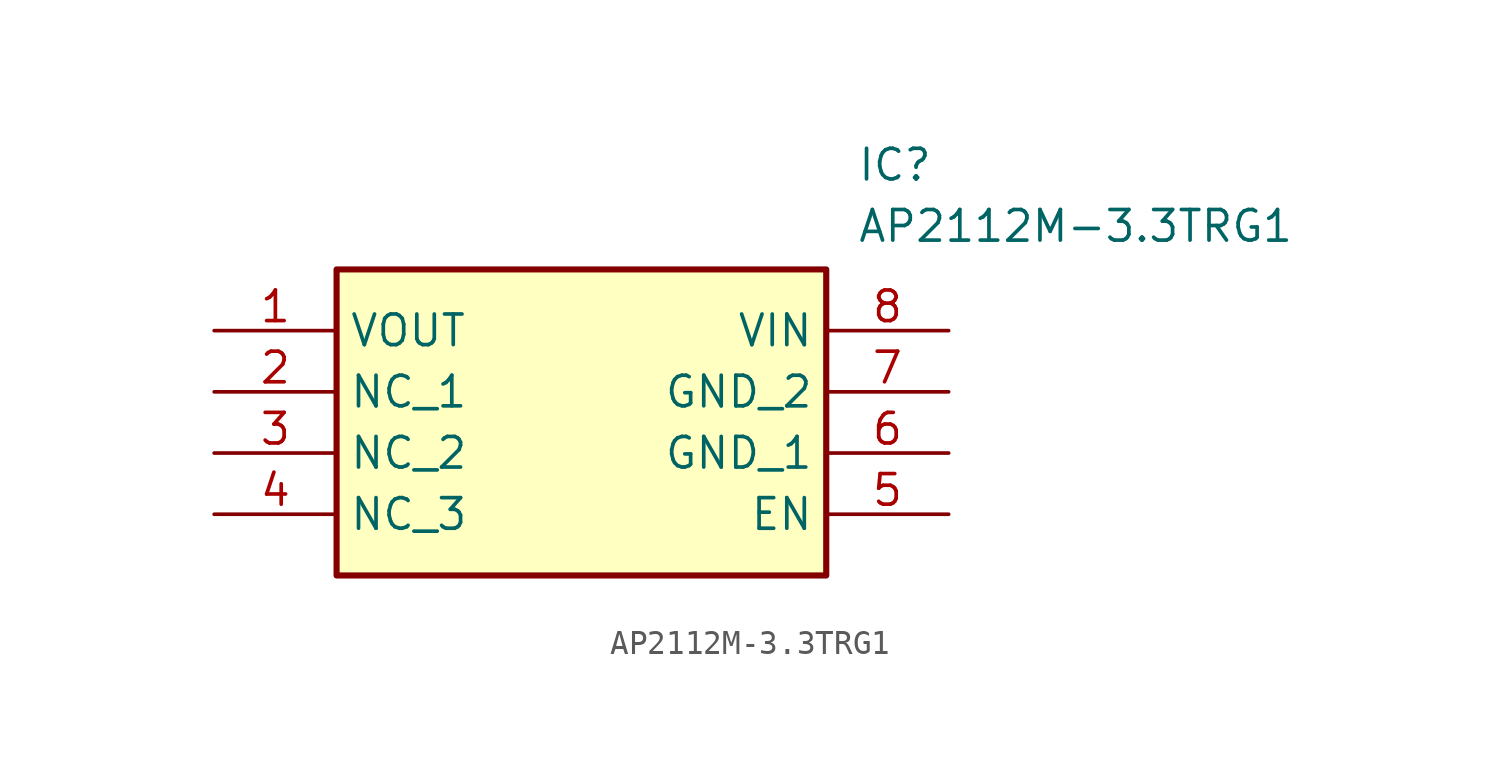
<source format=kicad_sym>
(kicad_symbol_lib
  (version 20211014)
  (generator SamacSys_ECAD_Model)
  (symbol "AP2112M-3.3TRG1"
    (property "Reference" "IC"
      (at 26.67 7.62 0)
      (effects (font (size 1.27 1.27)) (justify left top)))
    (property "Value" "AP2112M-3.3TRG1"
      (at 26.67 5.08 0)
      (effects (font (size 1.27 1.27)) (justify left top)))
    (rectangle
      (start 5.08 2.54)
      (end 25.4 -10.16)
      (stroke (width 0.254) (type default))
      (fill (type background)))
    (pin passive line
      (at 0 0 0)
      (length 5.08)
      (name "VOUT" (effects (font (size 1.27 1.27))))
      (number "1" (effects (font (size 1.27 1.27)))))
    (pin passive line
      (at 0 -2.54 0)
      (length 5.08)
      (name "NC_1" (effects (font (size 1.27 1.27))))
      (number "2" (effects (font (size 1.27 1.27)))))
    (pin passive line
      (at 0 -5.08 0)
      (length 5.08)
      (name "NC_2" (effects (font (size 1.27 1.27))))
      (number "3" (effects (font (size 1.27 1.27)))))
    (pin passive line
      (at 0 -7.62 0)
      (length 5.08)
      (name "NC_3" (effects (font (size 1.27 1.27))))
      (number "4" (effects (font (size 1.27 1.27)))))
    (pin passive line
      (at 30.48 0 180)
      (length 5.08)
      (name "VIN" (effects (font (size 1.27 1.27))))
      (number "8" (effects (font (size 1.27 1.27)))))
    (pin passive line
      (at 30.48 -2.54 180)
      (length 5.08)
      (name "GND_2" (effects (font (size 1.27 1.27))))
      (number "7" (effects (font (size 1.27 1.27)))))
    (pin passive line
      (at 30.48 -5.08 180)
      (length 5.08)
      (name "GND_1" (effects (font (size 1.27 1.27))))
      (number "6" (effects (font (size 1.27 1.27)))))
    (pin passive line
      (at 30.48 -7.62 180)
      (length 5.08)
      (name "EN" (effects (font (size 1.27 1.27))))
      (number "5" (effects (font (size 1.27 1.27)))))))
</source>
